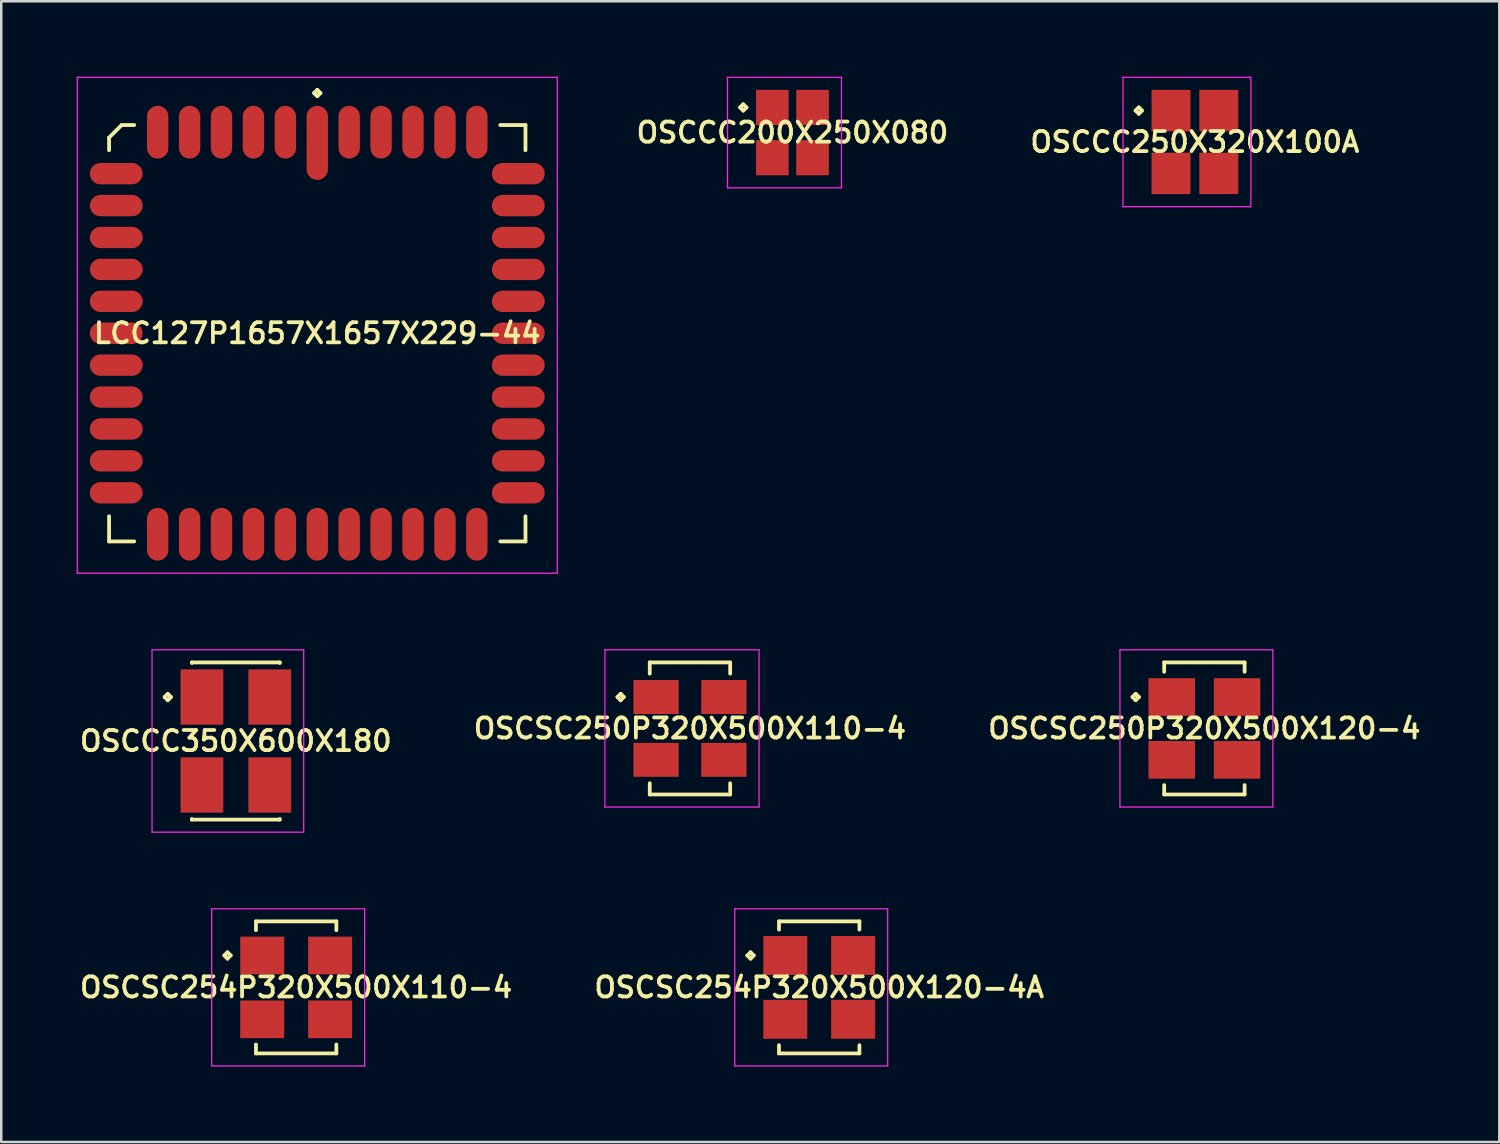
<source format=kicad_pcb>
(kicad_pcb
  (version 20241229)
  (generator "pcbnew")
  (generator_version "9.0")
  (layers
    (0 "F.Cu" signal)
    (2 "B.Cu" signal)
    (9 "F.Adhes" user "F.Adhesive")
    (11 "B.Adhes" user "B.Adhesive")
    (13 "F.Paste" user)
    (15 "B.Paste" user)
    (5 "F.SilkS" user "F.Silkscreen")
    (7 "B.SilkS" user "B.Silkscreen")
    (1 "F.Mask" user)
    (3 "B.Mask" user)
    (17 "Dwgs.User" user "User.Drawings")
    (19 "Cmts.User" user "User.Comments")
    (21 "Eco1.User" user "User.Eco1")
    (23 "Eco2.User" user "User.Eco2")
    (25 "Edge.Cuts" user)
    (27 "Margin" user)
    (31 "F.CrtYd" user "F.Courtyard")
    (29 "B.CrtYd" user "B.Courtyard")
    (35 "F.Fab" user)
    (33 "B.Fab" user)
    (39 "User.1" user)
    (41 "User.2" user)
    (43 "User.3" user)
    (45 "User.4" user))
  (footprint "OSCCC350X600X180"
    (layer "F.Cu")
    (at 6.335 26.437)
    (property "Reference" "OSCCC350X600X180" (at 0 0 0) (layer "F.SilkS") (effects (font (size 0.8 0.8) (thickness 0.15))))
    (attr smd)
    (fp_line (start -2.835 -1.75) (end -2.708 -1.877) (stroke (width 0.15) (type solid)) (layer "F.SilkS"))
    (fp_line (start -2.708 -1.877) (end -2.581 -1.75) (stroke (width 0.15) (type solid)) (layer "F.SilkS"))
    (fp_line (start -2.708 -1.623) (end -2.835 -1.75) (stroke (width 0.15) (type solid)) (layer "F.SilkS"))
    (fp_line (start -2.581 -1.75) (end -2.708 -1.623) (stroke (width 0.15) (type solid)) (layer "F.SilkS"))
    (fp_line (start -1.75 -3.127) (end 1.75 -3.127) (stroke (width 0.15) (type solid)) (layer "F.SilkS"))
    (fp_line (start -1.75 -3.104) (end -1.75 -3.127) (stroke (width 0.15) (type solid)) (layer "F.SilkS"))
    (fp_line (start -1.75 3.104) (end -1.75 3.127) (stroke (width 0.15) (type solid)) (layer "F.SilkS"))
    (fp_line (start -1.75 3.127) (end 1.75 3.127) (stroke (width 0.15) (type solid)) (layer "F.SilkS"))
    (fp_line (start 1.75 -3.127) (end 1.75 -3.104) (stroke (width 0.15) (type solid)) (layer "F.SilkS"))
    (fp_line (start 1.75 3.127) (end 1.75 3.104) (stroke (width 0.15) (type solid)) (layer "F.SilkS"))
    (fp_line (start -3.335 -3.627) (end 2.7 -3.627) (stroke (width 0.05) (type solid)) (layer "F.CrtYd"))
    (fp_line (start -3.335 3.627) (end -3.335 -3.627) (stroke (width 0.05) (type solid)) (layer "F.CrtYd"))
    (fp_line (start 2.7 -3.627) (end 2.7 3.627) (stroke (width 0.05) (type solid)) (layer "F.CrtYd"))
    (fp_line (start 2.7 3.627) (end -3.335 3.627) (stroke (width 0.05) (type solid)) (layer "F.CrtYd"))
    (pad "1" smd rect (at -1.35 -1.75) (size 1.7 2.2) (layers "F.Cu" "F.Mask" "F.Paste"))
    (pad "2" smd rect (at -1.35 1.75) (size 1.7 2.2) (layers "F.Cu" "F.Mask" "F.Paste"))
    (pad "3" smd rect (at 1.35 1.75) (size 1.7 2.2) (layers "F.Cu" "F.Mask" "F.Paste"))
    (pad "4" smd rect (at 1.35 -1.75) (size 1.7 2.2) (layers "F.Cu" "F.Mask" "F.Paste")))
  (footprint "OSCCC250X320X100A"
    (layer "F.Cu")
    (at 44.499 2.6)
    (property "Reference" "OSCCC250X320X100A" (at 0 0 0) (layer "F.SilkS") (effects (font (size 0.8 0.8) (thickness 0.15))))
    (attr smd)
    (fp_line (start -2.36 -1.25) (end -2.233 -1.377) (stroke (width 0.15) (type solid)) (layer "F.SilkS"))
    (fp_line (start -2.233 -1.377) (end -2.106 -1.25) (stroke (width 0.15) (type solid)) (layer "F.SilkS"))
    (fp_line (start -2.233 -1.123) (end -2.36 -1.25) (stroke (width 0.15) (type solid)) (layer "F.SilkS"))
    (fp_line (start -2.106 -1.25) (end -2.233 -1.123) (stroke (width 0.15) (type solid)) (layer "F.SilkS"))
    (fp_line (start -2.86 -2.575) (end 2.225 -2.575) (stroke (width 0.05) (type solid)) (layer "F.CrtYd"))
    (fp_line (start -2.86 2.575) (end -2.86 -2.575) (stroke (width 0.05) (type solid)) (layer "F.CrtYd"))
    (fp_line (start 2.225 -2.575) (end 2.225 2.575) (stroke (width 0.05) (type solid)) (layer "F.CrtYd"))
    (fp_line (start 2.225 2.575) (end -2.86 2.575) (stroke (width 0.05) (type solid)) (layer "F.CrtYd"))
    (pad "1" smd rect (at -0.95 -1.25) (size 1.55 1.65) (layers "F.Cu" "F.Mask" "F.Paste"))
    (pad "2" smd rect (at -0.95 1.25) (size 1.55 1.65) (layers "F.Cu" "F.Mask" "F.Paste"))
    (pad "3" smd rect (at 0.95 1.25) (size 1.55 1.65) (layers "F.Cu" "F.Mask" "F.Paste"))
    (pad "4" smd rect (at 0.95 -1.25) (size 1.55 1.65) (layers "F.Cu" "F.Mask" "F.Paste")))
  (footprint "LCC127P1657X1657X229-44"
    (layer "F.Cu")
    (at 9.575 10.21)
    (property "Reference" "LCC127P1657X1657X229-44" (at 0 0 0) (layer "F.SilkS") (effects (font (size 0.8 0.8) (thickness 0.15))))
    (attr smd)
    (fp_line (start -8.285 -7.784) (end -7.784 -8.285) (stroke (width 0.15) (type solid)) (layer "F.SilkS"))
    (fp_line (start -8.285 -7.283) (end -8.285 -7.784) (stroke (width 0.15) (type solid)) (layer "F.SilkS"))
    (fp_line (start -8.285 7.283) (end -8.285 8.285) (stroke (width 0.15) (type solid)) (layer "F.SilkS"))
    (fp_line (start -8.285 8.285) (end -7.283 8.285) (stroke (width 0.15) (type solid)) (layer "F.SilkS"))
    (fp_line (start -7.784 -8.285) (end -7.283 -8.285) (stroke (width 0.15) (type solid)) (layer "F.SilkS"))
    (fp_line (start -0.127 -9.558) (end 0 -9.685) (stroke (width 0.15) (type solid)) (layer "F.SilkS"))
    (fp_line (start 0 -9.685) (end 0.127 -9.558) (stroke (width 0.15) (type solid)) (layer "F.SilkS"))
    (fp_line (start 0 -9.431) (end -0.127 -9.558) (stroke (width 0.15) (type solid)) (layer "F.SilkS"))
    (fp_line (start 0.127 -9.558) (end 0 -9.431) (stroke (width 0.15) (type solid)) (layer "F.SilkS"))
    (fp_line (start 8.285 -8.285) (end 7.283 -8.285) (stroke (width 0.15) (type solid)) (layer "F.SilkS"))
    (fp_line (start 8.285 -7.283) (end 8.285 -8.285) (stroke (width 0.15) (type solid)) (layer "F.SilkS"))
    (fp_line (start 8.285 7.283) (end 8.285 8.285) (stroke (width 0.15) (type solid)) (layer "F.SilkS"))
    (fp_line (start 8.285 8.285) (end 7.283 8.285) (stroke (width 0.15) (type solid)) (layer "F.SilkS"))
    (fp_line (start -9.55 -10.185) (end 9.55 -10.185) (stroke (width 0.05) (type solid)) (layer "F.CrtYd"))
    (fp_line (start -9.55 9.55) (end -9.55 -10.185) (stroke (width 0.05) (type solid)) (layer "F.CrtYd"))
    (fp_line (start 9.55 -10.185) (end 9.55 9.55) (stroke (width 0.05) (type solid)) (layer "F.CrtYd"))
    (fp_line (start 9.55 9.55) (end -9.55 9.55) (stroke (width 0.05) (type solid)) (layer "F.CrtYd"))
    (pad "1" smd oval (at 0 -7.575) (size 0.85 2.95) (layers "F.Cu" "F.Mask" "F.Paste"))
    (pad "2" smd oval (at -1.27 -8) (size 0.85 2.1) (layers "F.Cu" "F.Mask" "F.Paste"))
    (pad "3" smd oval (at -2.54 -8) (size 0.85 2.1) (layers "F.Cu" "F.Mask" "F.Paste"))
    (pad "4" smd oval (at -3.81 -8) (size 0.85 2.1) (layers "F.Cu" "F.Mask" "F.Paste"))
    (pad "5" smd oval (at -5.08 -8) (size 0.85 2.1) (layers "F.Cu" "F.Mask" "F.Paste"))
    (pad "6" smd oval (at -6.35 -8) (size 0.85 2.1) (layers "F.Cu" "F.Mask" "F.Paste"))
    (pad "7" smd oval (at -8 -6.35) (size 2.1 0.85) (layers "F.Cu" "F.Mask" "F.Paste"))
    (pad "8" smd oval (at -8 -5.08) (size 2.1 0.85) (layers "F.Cu" "F.Mask" "F.Paste"))
    (pad "9" smd oval (at -8 -3.81) (size 2.1 0.85) (layers "F.Cu" "F.Mask" "F.Paste"))
    (pad "10" smd oval (at -8 -2.54) (size 2.1 0.85) (layers "F.Cu" "F.Mask" "F.Paste"))
    (pad "11" smd oval (at -8 -1.27) (size 2.1 0.85) (layers "F.Cu" "F.Mask" "F.Paste"))
    (pad "12" smd oval (at -8 0) (size 2.1 0.85) (layers "F.Cu" "F.Mask" "F.Paste"))
    (pad "13" smd oval (at -8 1.27) (size 2.1 0.85) (layers "F.Cu" "F.Mask" "F.Paste"))
    (pad "14" smd oval (at -8 2.54) (size 2.1 0.85) (layers "F.Cu" "F.Mask" "F.Paste"))
    (pad "15" smd oval (at -8 3.81) (size 2.1 0.85) (layers "F.Cu" "F.Mask" "F.Paste"))
    (pad "16" smd oval (at -8 5.08) (size 2.1 0.85) (layers "F.Cu" "F.Mask" "F.Paste"))
    (pad "17" smd oval (at -8 6.35) (size 2.1 0.85) (layers "F.Cu" "F.Mask" "F.Paste"))
    (pad "18" smd oval (at -6.35 8) (size 0.85 2.1) (layers "F.Cu" "F.Mask" "F.Paste"))
    (pad "19" smd oval (at -5.08 8) (size 0.85 2.1) (layers "F.Cu" "F.Mask" "F.Paste"))
    (pad "20" smd oval (at -3.81 8) (size 0.85 2.1) (layers "F.Cu" "F.Mask" "F.Paste"))
    (pad "21" smd oval (at -2.54 8) (size 0.85 2.1) (layers "F.Cu" "F.Mask" "F.Paste"))
    (pad "22" smd oval (at -1.27 8) (size 0.85 2.1) (layers "F.Cu" "F.Mask" "F.Paste"))
    (pad "23" smd oval (at 0 8) (size 0.85 2.1) (layers "F.Cu" "F.Mask" "F.Paste"))
    (pad "24" smd oval (at 1.27 8) (size 0.85 2.1) (layers "F.Cu" "F.Mask" "F.Paste"))
    (pad "25" smd oval (at 2.54 8) (size 0.85 2.1) (layers "F.Cu" "F.Mask" "F.Paste"))
    (pad "26" smd oval (at 3.81 8) (size 0.85 2.1) (layers "F.Cu" "F.Mask" "F.Paste"))
    (pad "27" smd oval (at 5.08 8) (size 0.85 2.1) (layers "F.Cu" "F.Mask" "F.Paste"))
    (pad "28" smd oval (at 6.35 8) (size 0.85 2.1) (layers "F.Cu" "F.Mask" "F.Paste"))
    (pad "29" smd oval (at 8 6.35) (size 2.1 0.85) (layers "F.Cu" "F.Mask" "F.Paste"))
    (pad "30" smd oval (at 8 5.08) (size 2.1 0.85) (layers "F.Cu" "F.Mask" "F.Paste"))
    (pad "31" smd oval (at 8 3.81) (size 2.1 0.85) (layers "F.Cu" "F.Mask" "F.Paste"))
    (pad "32" smd oval (at 8 2.54) (size 2.1 0.85) (layers "F.Cu" "F.Mask" "F.Paste"))
    (pad "33" smd oval (at 8 1.27) (size 2.1 0.85) (layers "F.Cu" "F.Mask" "F.Paste"))
    (pad "34" smd oval (at 8 0) (size 2.1 0.85) (layers "F.Cu" "F.Mask" "F.Paste"))
    (pad "35" smd oval (at 8 -1.27) (size 2.1 0.85) (layers "F.Cu" "F.Mask" "F.Paste"))
    (pad "36" smd oval (at 8 -2.54) (size 2.1 0.85) (layers "F.Cu" "F.Mask" "F.Paste"))
    (pad "37" smd oval (at 8 -3.81) (size 2.1 0.85) (layers "F.Cu" "F.Mask" "F.Paste"))
    (pad "38" smd oval (at 8 -5.08) (size 2.1 0.85) (layers "F.Cu" "F.Mask" "F.Paste"))
    (pad "39" smd oval (at 8 -6.35) (size 2.1 0.85) (layers "F.Cu" "F.Mask" "F.Paste"))
    (pad "40" smd oval (at 6.35 -8) (size 0.85 2.1) (layers "F.Cu" "F.Mask" "F.Paste"))
    (pad "41" smd oval (at 5.08 -8) (size 0.85 2.1) (layers "F.Cu" "F.Mask" "F.Paste"))
    (pad "42" smd oval (at 3.81 -8) (size 0.85 2.1) (layers "F.Cu" "F.Mask" "F.Paste"))
    (pad "43" smd oval (at 2.54 -8) (size 0.85 2.1) (layers "F.Cu" "F.Mask" "F.Paste"))
    (pad "44" smd oval (at 1.27 -8) (size 0.85 2.1) (layers "F.Cu" "F.Mask" "F.Paste")))
  (footprint "OSCSC254P320X500X120-4A"
    (layer "F.Cu")
    (at 29.549 36.241)
    (property "Reference" "OSCSC254P320X500X120-4A" (at 0 0 0) (layer "F.SilkS") (effects (font (size 0.8 0.8) (thickness 0.15))))
    (attr smd)
    (fp_line (start -2.86 -1.27) (end -2.733 -1.397) (stroke (width 0.15) (type solid)) (layer "F.SilkS"))
    (fp_line (start -2.733 -1.397) (end -2.606 -1.27) (stroke (width 0.15) (type solid)) (layer "F.SilkS"))
    (fp_line (start -2.733 -1.143) (end -2.86 -1.27) (stroke (width 0.15) (type solid)) (layer "F.SilkS"))
    (fp_line (start -2.606 -1.27) (end -2.733 -1.143) (stroke (width 0.15) (type solid)) (layer "F.SilkS"))
    (fp_line (start -1.6 -2.627) (end 1.6 -2.627) (stroke (width 0.15) (type solid)) (layer "F.SilkS"))
    (fp_line (start -1.6 -2.299) (end -1.6 -2.627) (stroke (width 0.15) (type solid)) (layer "F.SilkS"))
    (fp_line (start -1.6 2.299) (end -1.6 2.627) (stroke (width 0.15) (type solid)) (layer "F.SilkS"))
    (fp_line (start -1.6 2.627) (end 1.6 2.627) (stroke (width 0.15) (type solid)) (layer "F.SilkS"))
    (fp_line (start 1.6 -2.627) (end 1.6 -2.299) (stroke (width 0.15) (type solid)) (layer "F.SilkS"))
    (fp_line (start 1.6 2.627) (end 1.6 2.299) (stroke (width 0.15) (type solid)) (layer "F.SilkS"))
    (fp_line (start -3.36 -3.127) (end 2.725 -3.127) (stroke (width 0.05) (type solid)) (layer "F.CrtYd"))
    (fp_line (start -3.36 3.127) (end -3.36 -3.127) (stroke (width 0.05) (type solid)) (layer "F.CrtYd"))
    (fp_line (start 2.725 -3.127) (end 2.725 3.127) (stroke (width 0.05) (type solid)) (layer "F.CrtYd"))
    (fp_line (start 2.725 3.127) (end -3.36 3.127) (stroke (width 0.05) (type solid)) (layer "F.CrtYd"))
    (pad "1" smd rect (at -1.35 -1.27) (size 1.75 1.55) (layers "F.Cu" "F.Mask" "F.Paste"))
    (pad "2" smd rect (at -1.35 1.27) (size 1.75 1.55) (layers "F.Cu" "F.Mask" "F.Paste"))
    (pad "3" smd rect (at 1.35 1.27) (size 1.75 1.55) (layers "F.Cu" "F.Mask" "F.Paste"))
    (pad "4" smd rect (at 1.35 -1.27) (size 1.75 1.55) (layers "F.Cu" "F.Mask" "F.Paste")))
  (footprint "OSCCC200X250X080"
    (layer "F.Cu")
    (at 28.485 2.225)
    (property "Reference" "OSCCC200X250X080" (at 0 0 0) (layer "F.SilkS") (effects (font (size 0.8 0.8) (thickness 0.15))))
    (attr smd)
    (fp_line (start -2.085 -1) (end -1.958 -1.127) (stroke (width 0.15) (type solid)) (layer "F.SilkS"))
    (fp_line (start -1.958 -1.127) (end -1.831 -1) (stroke (width 0.15) (type solid)) (layer "F.SilkS"))
    (fp_line (start -1.958 -0.873) (end -2.085 -1) (stroke (width 0.15) (type solid)) (layer "F.SilkS"))
    (fp_line (start -1.831 -1) (end -1.958 -0.873) (stroke (width 0.15) (type solid)) (layer "F.SilkS"))
    (fp_line (start -2.585 -2.2) (end 1.95 -2.2) (stroke (width 0.05) (type solid)) (layer "F.CrtYd"))
    (fp_line (start -2.585 2.2) (end -2.585 -2.2) (stroke (width 0.05) (type solid)) (layer "F.CrtYd"))
    (fp_line (start 1.95 -2.2) (end 1.95 2.2) (stroke (width 0.05) (type solid)) (layer "F.CrtYd"))
    (fp_line (start 1.95 2.2) (end -2.585 2.2) (stroke (width 0.05) (type solid)) (layer "F.CrtYd"))
    (pad "1" smd rect (at -0.8 -1) (size 1.3 1.4) (layers "F.Cu" "F.Mask" "F.Paste"))
    (pad "2" smd rect (at -0.8 1) (size 1.3 1.4) (layers "F.Cu" "F.Mask" "F.Paste"))
    (pad "3" smd rect (at 0.8 1) (size 1.3 1.4) (layers "F.Cu" "F.Mask" "F.Paste"))
    (pad "4" smd rect (at 0.8 -1) (size 1.3 1.4) (layers "F.Cu" "F.Mask" "F.Paste")))
  (footprint "OSCSC254P320X500X110-4"
    (layer "F.Cu")
    (at 8.735 36.241)
    (property "Reference" "OSCSC254P320X500X110-4" (at 0 0 0) (layer "F.SilkS") (effects (font (size 0.8 0.8) (thickness 0.15))))
    (attr smd)
    (fp_line (start -2.86 -1.27) (end -2.733 -1.397) (stroke (width 0.15) (type solid)) (layer "F.SilkS"))
    (fp_line (start -2.733 -1.397) (end -2.606 -1.27) (stroke (width 0.15) (type solid)) (layer "F.SilkS"))
    (fp_line (start -2.733 -1.143) (end -2.86 -1.27) (stroke (width 0.15) (type solid)) (layer "F.SilkS"))
    (fp_line (start -2.606 -1.27) (end -2.733 -1.143) (stroke (width 0.15) (type solid)) (layer "F.SilkS"))
    (fp_line (start -1.6 -2.627) (end 1.6 -2.627) (stroke (width 0.15) (type solid)) (layer "F.SilkS"))
    (fp_line (start -1.6 -2.274) (end -1.6 -2.627) (stroke (width 0.15) (type solid)) (layer "F.SilkS"))
    (fp_line (start -1.6 2.274) (end -1.6 2.627) (stroke (width 0.15) (type solid)) (layer "F.SilkS"))
    (fp_line (start -1.6 2.627) (end 1.6 2.627) (stroke (width 0.15) (type solid)) (layer "F.SilkS"))
    (fp_line (start 1.6 -2.627) (end 1.6 -2.274) (stroke (width 0.15) (type solid)) (layer "F.SilkS"))
    (fp_line (start 1.6 2.627) (end 1.6 2.274) (stroke (width 0.15) (type solid)) (layer "F.SilkS"))
    (fp_line (start -3.36 -3.127) (end 2.725 -3.127) (stroke (width 0.05) (type solid)) (layer "F.CrtYd"))
    (fp_line (start -3.36 3.127) (end -3.36 -3.127) (stroke (width 0.05) (type solid)) (layer "F.CrtYd"))
    (fp_line (start 2.725 -3.127) (end 2.725 3.127) (stroke (width 0.05) (type solid)) (layer "F.CrtYd"))
    (fp_line (start 2.725 3.127) (end -3.36 3.127) (stroke (width 0.05) (type solid)) (layer "F.CrtYd"))
    (pad "1" smd rect (at -1.35 -1.27) (size 1.75 1.5) (layers "F.Cu" "F.Mask" "F.Paste"))
    (pad "2" smd rect (at -1.35 1.27) (size 1.75 1.5) (layers "F.Cu" "F.Mask" "F.Paste"))
    (pad "3" smd rect (at 1.35 1.27) (size 1.75 1.5) (layers "F.Cu" "F.Mask" "F.Paste"))
    (pad "4" smd rect (at 1.35 -1.27) (size 1.75 1.5) (layers "F.Cu" "F.Mask" "F.Paste")))
  (footprint "OSCSC250P320X500X120-4"
    (layer "F.Cu")
    (at 44.877 25.937)
    (property "Reference" "OSCSC250P320X500X120-4" (at 0 0 0) (layer "F.SilkS") (effects (font (size 0.8 0.8) (thickness 0.15))))
    (attr smd)
    (fp_line (start -2.86 -1.25) (end -2.733 -1.377) (stroke (width 0.15) (type solid)) (layer "F.SilkS"))
    (fp_line (start -2.733 -1.377) (end -2.606 -1.25) (stroke (width 0.15) (type solid)) (layer "F.SilkS"))
    (fp_line (start -2.733 -1.123) (end -2.86 -1.25) (stroke (width 0.15) (type solid)) (layer "F.SilkS"))
    (fp_line (start -2.606 -1.25) (end -2.733 -1.123) (stroke (width 0.15) (type solid)) (layer "F.SilkS"))
    (fp_line (start -1.6 -2.627) (end 1.6 -2.627) (stroke (width 0.15) (type solid)) (layer "F.SilkS"))
    (fp_line (start -1.6 -2.254) (end -1.6 -2.627) (stroke (width 0.15) (type solid)) (layer "F.SilkS"))
    (fp_line (start -1.6 2.254) (end -1.6 2.627) (stroke (width 0.15) (type solid)) (layer "F.SilkS"))
    (fp_line (start -1.6 2.627) (end 1.6 2.627) (stroke (width 0.15) (type solid)) (layer "F.SilkS"))
    (fp_line (start 1.6 -2.627) (end 1.6 -2.254) (stroke (width 0.15) (type solid)) (layer "F.SilkS"))
    (fp_line (start 1.6 2.627) (end 1.6 2.254) (stroke (width 0.15) (type solid)) (layer "F.SilkS"))
    (fp_line (start -3.36 -3.127) (end 2.725 -3.127) (stroke (width 0.05) (type solid)) (layer "F.CrtYd"))
    (fp_line (start -3.36 3.127) (end -3.36 -3.127) (stroke (width 0.05) (type solid)) (layer "F.CrtYd"))
    (fp_line (start 2.725 -3.127) (end 2.725 3.127) (stroke (width 0.05) (type solid)) (layer "F.CrtYd"))
    (fp_line (start 2.725 3.127) (end -3.36 3.127) (stroke (width 0.05) (type solid)) (layer "F.CrtYd"))
    (pad "1" smd rect (at -1.3 -1.25) (size 1.85 1.5) (layers "F.Cu" "F.Mask" "F.Paste"))
    (pad "2" smd rect (at -1.3 1.25) (size 1.85 1.5) (layers "F.Cu" "F.Mask" "F.Paste"))
    (pad "3" smd rect (at 1.3 1.25) (size 1.85 1.5) (layers "F.Cu" "F.Mask" "F.Paste"))
    (pad "4" smd rect (at 1.3 -1.25) (size 1.85 1.5) (layers "F.Cu" "F.Mask" "F.Paste")))
  (footprint "OSCSC250P320X500X110-4"
    (layer "F.Cu")
    (at 24.406 25.937)
    (property "Reference" "OSCSC250P320X500X110-4" (at 0 0 0) (layer "F.SilkS") (effects (font (size 0.8 0.8) (thickness 0.15))))
    (attr smd)
    (fp_line (start -2.885 -1.25) (end -2.758 -1.377) (stroke (width 0.15) (type solid)) (layer "F.SilkS"))
    (fp_line (start -2.758 -1.377) (end -2.631 -1.25) (stroke (width 0.15) (type solid)) (layer "F.SilkS"))
    (fp_line (start -2.758 -1.123) (end -2.885 -1.25) (stroke (width 0.15) (type solid)) (layer "F.SilkS"))
    (fp_line (start -2.631 -1.25) (end -2.758 -1.123) (stroke (width 0.15) (type solid)) (layer "F.SilkS"))
    (fp_line (start -1.6 -2.627) (end 1.6 -2.627) (stroke (width 0.15) (type solid)) (layer "F.SilkS"))
    (fp_line (start -1.6 -2.179) (end -1.6 -2.627) (stroke (width 0.15) (type solid)) (layer "F.SilkS"))
    (fp_line (start -1.6 2.179) (end -1.6 2.627) (stroke (width 0.15) (type solid)) (layer "F.SilkS"))
    (fp_line (start -1.6 2.627) (end 1.6 2.627) (stroke (width 0.15) (type solid)) (layer "F.SilkS"))
    (fp_line (start 1.6 -2.627) (end 1.6 -2.179) (stroke (width 0.15) (type solid)) (layer "F.SilkS"))
    (fp_line (start 1.6 2.627) (end 1.6 2.179) (stroke (width 0.15) (type solid)) (layer "F.SilkS"))
    (fp_line (start -3.385 -3.127) (end 2.75 -3.127) (stroke (width 0.05) (type solid)) (layer "F.CrtYd"))
    (fp_line (start -3.385 3.127) (end -3.385 -3.127) (stroke (width 0.05) (type solid)) (layer "F.CrtYd"))
    (fp_line (start 2.75 -3.127) (end 2.75 3.127) (stroke (width 0.05) (type solid)) (layer "F.CrtYd"))
    (fp_line (start 2.75 3.127) (end -3.385 3.127) (stroke (width 0.05) (type solid)) (layer "F.CrtYd"))
    (pad "1" smd rect (at -1.35 -1.25) (size 1.8 1.35) (layers "F.Cu" "F.Mask" "F.Paste"))
    (pad "2" smd rect (at -1.35 1.25) (size 1.8 1.35) (layers "F.Cu" "F.Mask" "F.Paste"))
    (pad "3" smd rect (at 1.35 1.25) (size 1.8 1.35) (layers "F.Cu" "F.Mask" "F.Paste"))
    (pad "4" smd rect (at 1.35 -1.25) (size 1.8 1.35) (layers "F.Cu" "F.Mask" "F.Paste")))
  (gr_rect
    (start -3 -3)
    (end 56.613 42.393)
    (stroke (width 0.1) (type default))
    (fill no)
    (layer "Edge.Cuts")))
</source>
